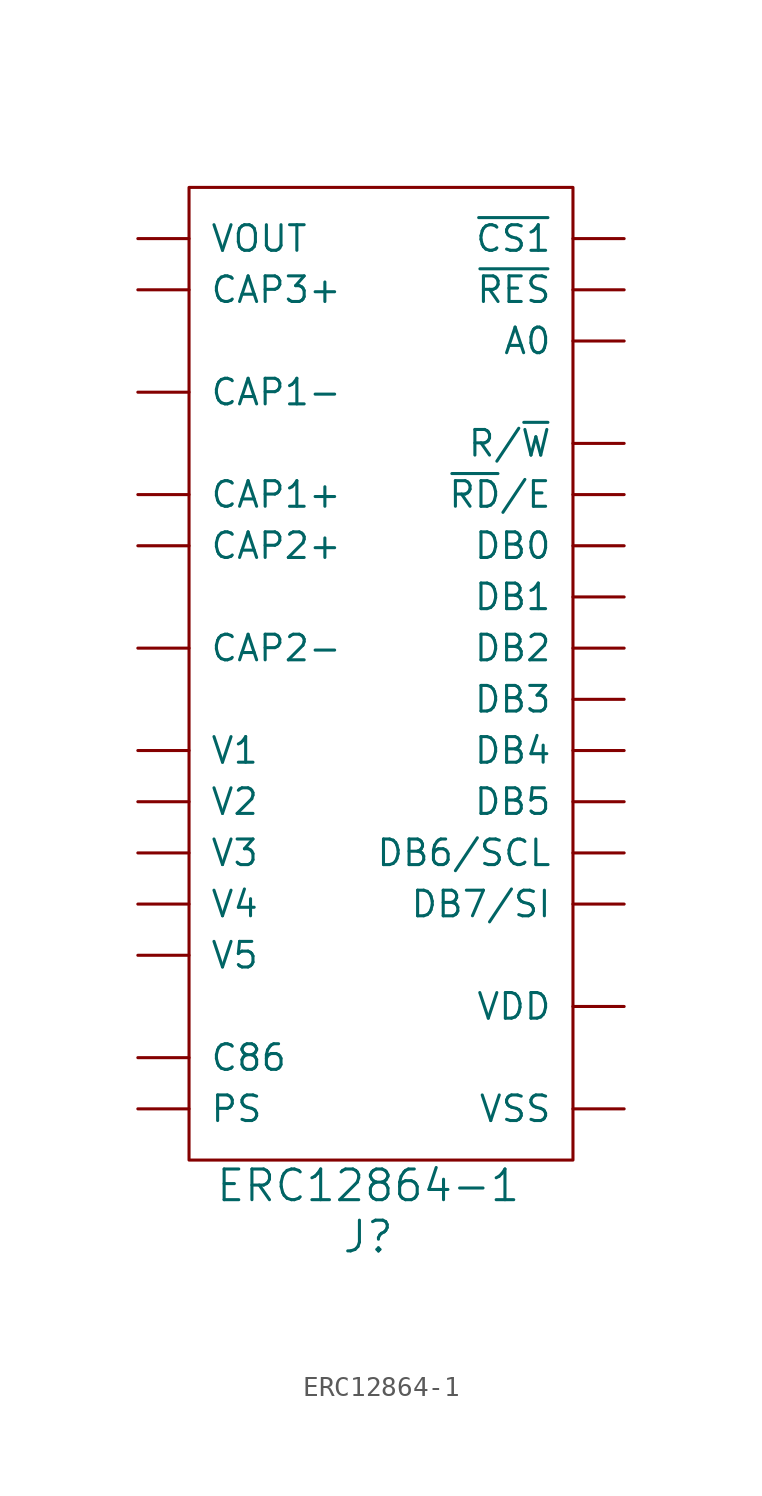
<source format=kicad_sym>
(kicad_symbol_lib
  (version 20211014)
  (generator kicad_symbol_editor)
  (symbol "ERC12864-1"
    (pin_numbers hide)
    (pin_names
      (offset 1.016))
    (property "Reference" "J"
      (at -1.27 -26.67 0)
      (effects (font (size 1.524 1.524))))
    (property "Value" "ERC12864-1"
      (at -1.27 -24.13 0)
      (effects (font (size 1.524 1.524))))
    (symbol "ERC12864-1_0_1"
      (rectangle (start -10.16 25.4) (end 8.89 -22.86) (stroke (width 0) (type default) (color 0 0 0 0)) (fill (type none))))
    (symbol "ERC12864-1_1_1"
      (pin no_connect line (at -12.7 -15.24 0) (length 2.54) hide (name "NC" (effects (font (size 1.27 1.27)))) (number "1" (effects (font (size 1.27 1.27)))))
      (pin bidirectional line (at 11.43 0 180) (length 2.54) (name "DB3" (effects (font (size 1.27 1.27)))) (number "10" (effects (font (size 1.27 1.27)))))
      (pin bidirectional line (at 11.43 -2.54 180) (length 2.54) (name "DB4" (effects (font (size 1.27 1.27)))) (number "11" (effects (font (size 1.27 1.27)))))
      (pin bidirectional line (at 11.43 -5.08 180) (length 2.54) (name "DB5" (effects (font (size 1.27 1.27)))) (number "12" (effects (font (size 1.27 1.27)))))
      (pin bidirectional line (at 11.43 -7.62 180) (length 2.54) (name "DB6/SCL" (effects (font (size 1.27 1.27)))) (number "13" (effects (font (size 1.27 1.27)))))
      (pin bidirectional line (at 11.43 -10.16 180) (length 2.54) (name "DB7/SI" (effects (font (size 1.27 1.27)))) (number "14" (effects (font (size 1.27 1.27)))))
      (pin power_in line (at 11.43 -15.24 180) (length 2.54) (name "VDD" (effects (font (size 1.27 1.27)))) (number "15" (effects (font (size 1.27 1.27)))))
      (pin power_in line (at 11.43 -20.32 180) (length 2.54) (name "VSS" (effects (font (size 1.27 1.27)))) (number "16" (effects (font (size 1.27 1.27)))))
      (pin power_out line (at -12.7 22.86 0) (length 2.54) (name "VOUT" (effects (font (size 1.27 1.27)))) (number "17" (effects (font (size 1.27 1.27)))))
      (pin passive line (at -12.7 20.32 0) (length 2.54) (name "CAP3+" (effects (font (size 1.27 1.27)))) (number "18" (effects (font (size 1.27 1.27)))))
      (pin passive line (at -12.7 15.24 0) (length 2.54) (name "CAP1-" (effects (font (size 1.27 1.27)))) (number "19" (effects (font (size 1.27 1.27)))))
      (pin input line (at 11.43 22.86 180) (length 2.54) (name "~{CS1}" (effects (font (size 1.27 1.27)))) (number "2" (effects (font (size 1.27 1.27)))))
      (pin passive line (at -12.7 10.16 0) (length 2.54) (name "CAP1+" (effects (font (size 1.27 1.27)))) (number "20" (effects (font (size 1.27 1.27)))))
      (pin passive line (at -12.7 7.62 0) (length 2.54) (name "CAP2+" (effects (font (size 1.27 1.27)))) (number "21" (effects (font (size 1.27 1.27)))))
      (pin passive line (at -12.7 2.54 0) (length 2.54) (name "CAP2-" (effects (font (size 1.27 1.27)))) (number "22" (effects (font (size 1.27 1.27)))))
      (pin passive line (at -12.7 -2.54 0) (length 2.54) (name "V1" (effects (font (size 1.27 1.27)))) (number "23" (effects (font (size 1.27 1.27)))))
      (pin passive line (at -12.7 -5.08 0) (length 2.54) (name "V2" (effects (font (size 1.27 1.27)))) (number "24" (effects (font (size 1.27 1.27)))))
      (pin passive line (at -12.7 -7.62 0) (length 2.54) (name "V3" (effects (font (size 1.27 1.27)))) (number "25" (effects (font (size 1.27 1.27)))))
      (pin passive line (at -12.7 -10.16 0) (length 2.54) (name "V4" (effects (font (size 1.27 1.27)))) (number "26" (effects (font (size 1.27 1.27)))))
      (pin passive line (at -12.7 -12.7 0) (length 2.54) (name "V5" (effects (font (size 1.27 1.27)))) (number "27" (effects (font (size 1.27 1.27)))))
      (pin input line (at -12.7 -17.78 0) (length 2.54) (name "C86" (effects (font (size 1.27 1.27)))) (number "28" (effects (font (size 1.27 1.27)))))
      (pin input line (at -12.7 -20.32 0) (length 2.54) (name "PS" (effects (font (size 1.27 1.27)))) (number "29" (effects (font (size 1.27 1.27)))))
      (pin input line (at 11.43 20.32 180) (length 2.54) (name "~{RES}" (effects (font (size 1.27 1.27)))) (number "3" (effects (font (size 1.27 1.27)))))
      (pin no_connect line (at -12.7 12.7 0) (length 2.54) hide (name "NC" (effects (font (size 1.27 1.27)))) (number "30" (effects (font (size 1.27 1.27)))))
      (pin input line (at 11.43 17.78 180) (length 2.54) (name "A0" (effects (font (size 1.27 1.27)))) (number "4" (effects (font (size 1.27 1.27)))))
      (pin input line (at 11.43 12.7 180) (length 2.54) (name "R/~{W}" (effects (font (size 1.27 1.27)))) (number "5" (effects (font (size 1.27 1.27)))))
      (pin input line (at 11.43 10.16 180) (length 2.54) (name "~{RD}/E" (effects (font (size 1.27 1.27)))) (number "6" (effects (font (size 1.27 1.27)))))
      (pin bidirectional line (at 11.43 7.62 180) (length 2.54) (name "DB0" (effects (font (size 1.27 1.27)))) (number "7" (effects (font (size 1.27 1.27)))))
      (pin bidirectional line (at 11.43 5.08 180) (length 2.54) (name "DB1" (effects (font (size 1.27 1.27)))) (number "8" (effects (font (size 1.27 1.27)))))
      (pin bidirectional line (at 11.43 2.54 180) (length 2.54) (name "DB2" (effects (font (size 1.27 1.27)))) (number "9" (effects (font (size 1.27 1.27))))))))
</source>
